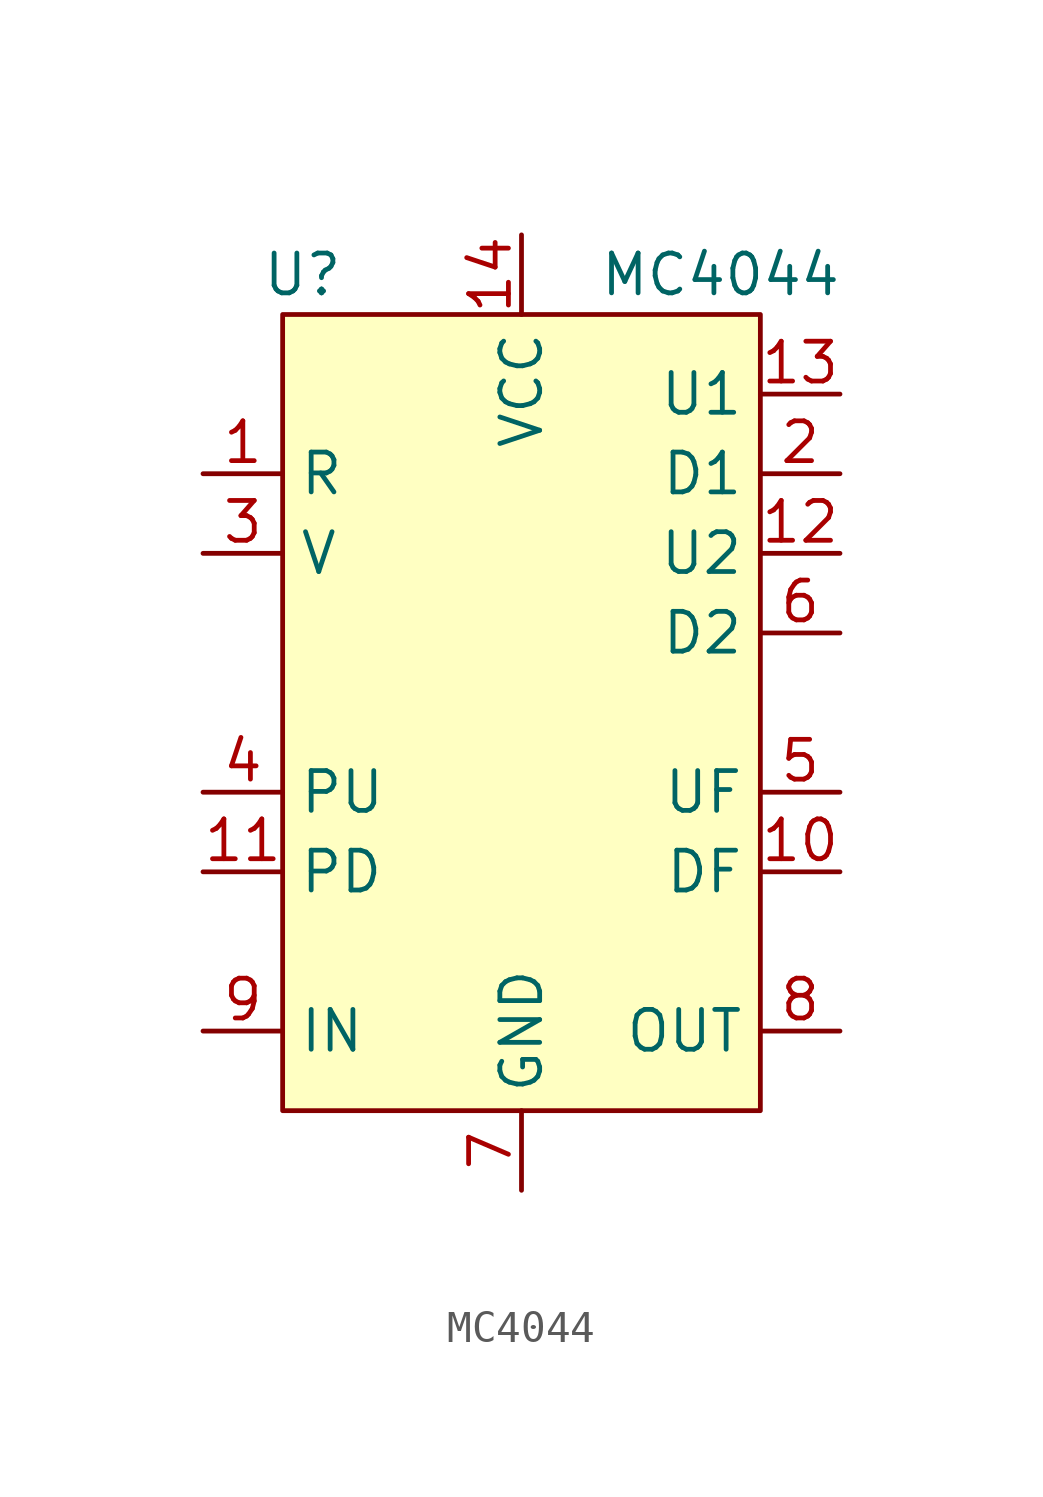
<source format=kicad_sym>
(kicad_symbol_lib
  (version 20220914)
  (generator kicad_symbol_editor)
  (symbol "MC4044"
    (property "Reference" "U"
      (at -6.985 13.97 0)
      (effects (font (size 1.27 1.27))))
    (property "Value" "MC4044"
      (at 6.35 13.97 0)
      (effects (font (size 1.27 1.27))))
    (symbol "MC4044_0_1"
      (rectangle (start -7.62 12.7) (end 7.62 -12.7) (stroke (width 0) (type solid)) (fill (type background))))
    (symbol "MC4044_1_1"
      (pin input line (at -10.16 7.62 0) (length 2.54) (name "R" (effects (font (size 1.27 1.27)))) (number "1" (effects (font (size 1.27 1.27)))))
      (pin output line (at 10.16 -5.08 180) (length 2.54) (name "DF" (effects (font (size 1.27 1.27)))) (number "10" (effects (font (size 1.27 1.27)))))
      (pin input line (at -10.16 -5.08 0) (length 2.54) (name "PD" (effects (font (size 1.27 1.27)))) (number "11" (effects (font (size 1.27 1.27)))))
      (pin output line (at 10.16 5.08 180) (length 2.54) (name "U2" (effects (font (size 1.27 1.27)))) (number "12" (effects (font (size 1.27 1.27)))))
      (pin output line (at 10.16 10.16 180) (length 2.54) (name "U1" (effects (font (size 1.27 1.27)))) (number "13" (effects (font (size 1.27 1.27)))))
      (pin power_in line (at 0 15.24 270) (length 2.54) (name "VCC" (effects (font (size 1.27 1.27)))) (number "14" (effects (font (size 1.27 1.27)))))
      (pin output line (at 10.16 7.62 180) (length 2.54) (name "D1" (effects (font (size 1.27 1.27)))) (number "2" (effects (font (size 1.27 1.27)))))
      (pin input line (at -10.16 5.08 0) (length 2.54) (name "V" (effects (font (size 1.27 1.27)))) (number "3" (effects (font (size 1.27 1.27)))))
      (pin input line (at -10.16 -2.54 0) (length 2.54) (name "PU" (effects (font (size 1.27 1.27)))) (number "4" (effects (font (size 1.27 1.27)))))
      (pin output line (at 10.16 -2.54 180) (length 2.54) (name "UF" (effects (font (size 1.27 1.27)))) (number "5" (effects (font (size 1.27 1.27)))))
      (pin output line (at 10.16 2.54 180) (length 2.54) (name "D2" (effects (font (size 1.27 1.27)))) (number "6" (effects (font (size 1.27 1.27)))))
      (pin power_in line (at 0 -15.24 90) (length 2.54) (name "GND" (effects (font (size 1.27 1.27)))) (number "7" (effects (font (size 1.27 1.27)))))
      (pin output line (at 10.16 -10.16 180) (length 2.54) (name "OUT" (effects (font (size 1.27 1.27)))) (number "8" (effects (font (size 1.27 1.27)))))
      (pin input line (at -10.16 -10.16 0) (length 2.54) (name "IN" (effects (font (size 1.27 1.27)))) (number "9" (effects (font (size 1.27 1.27))))))))
</source>
